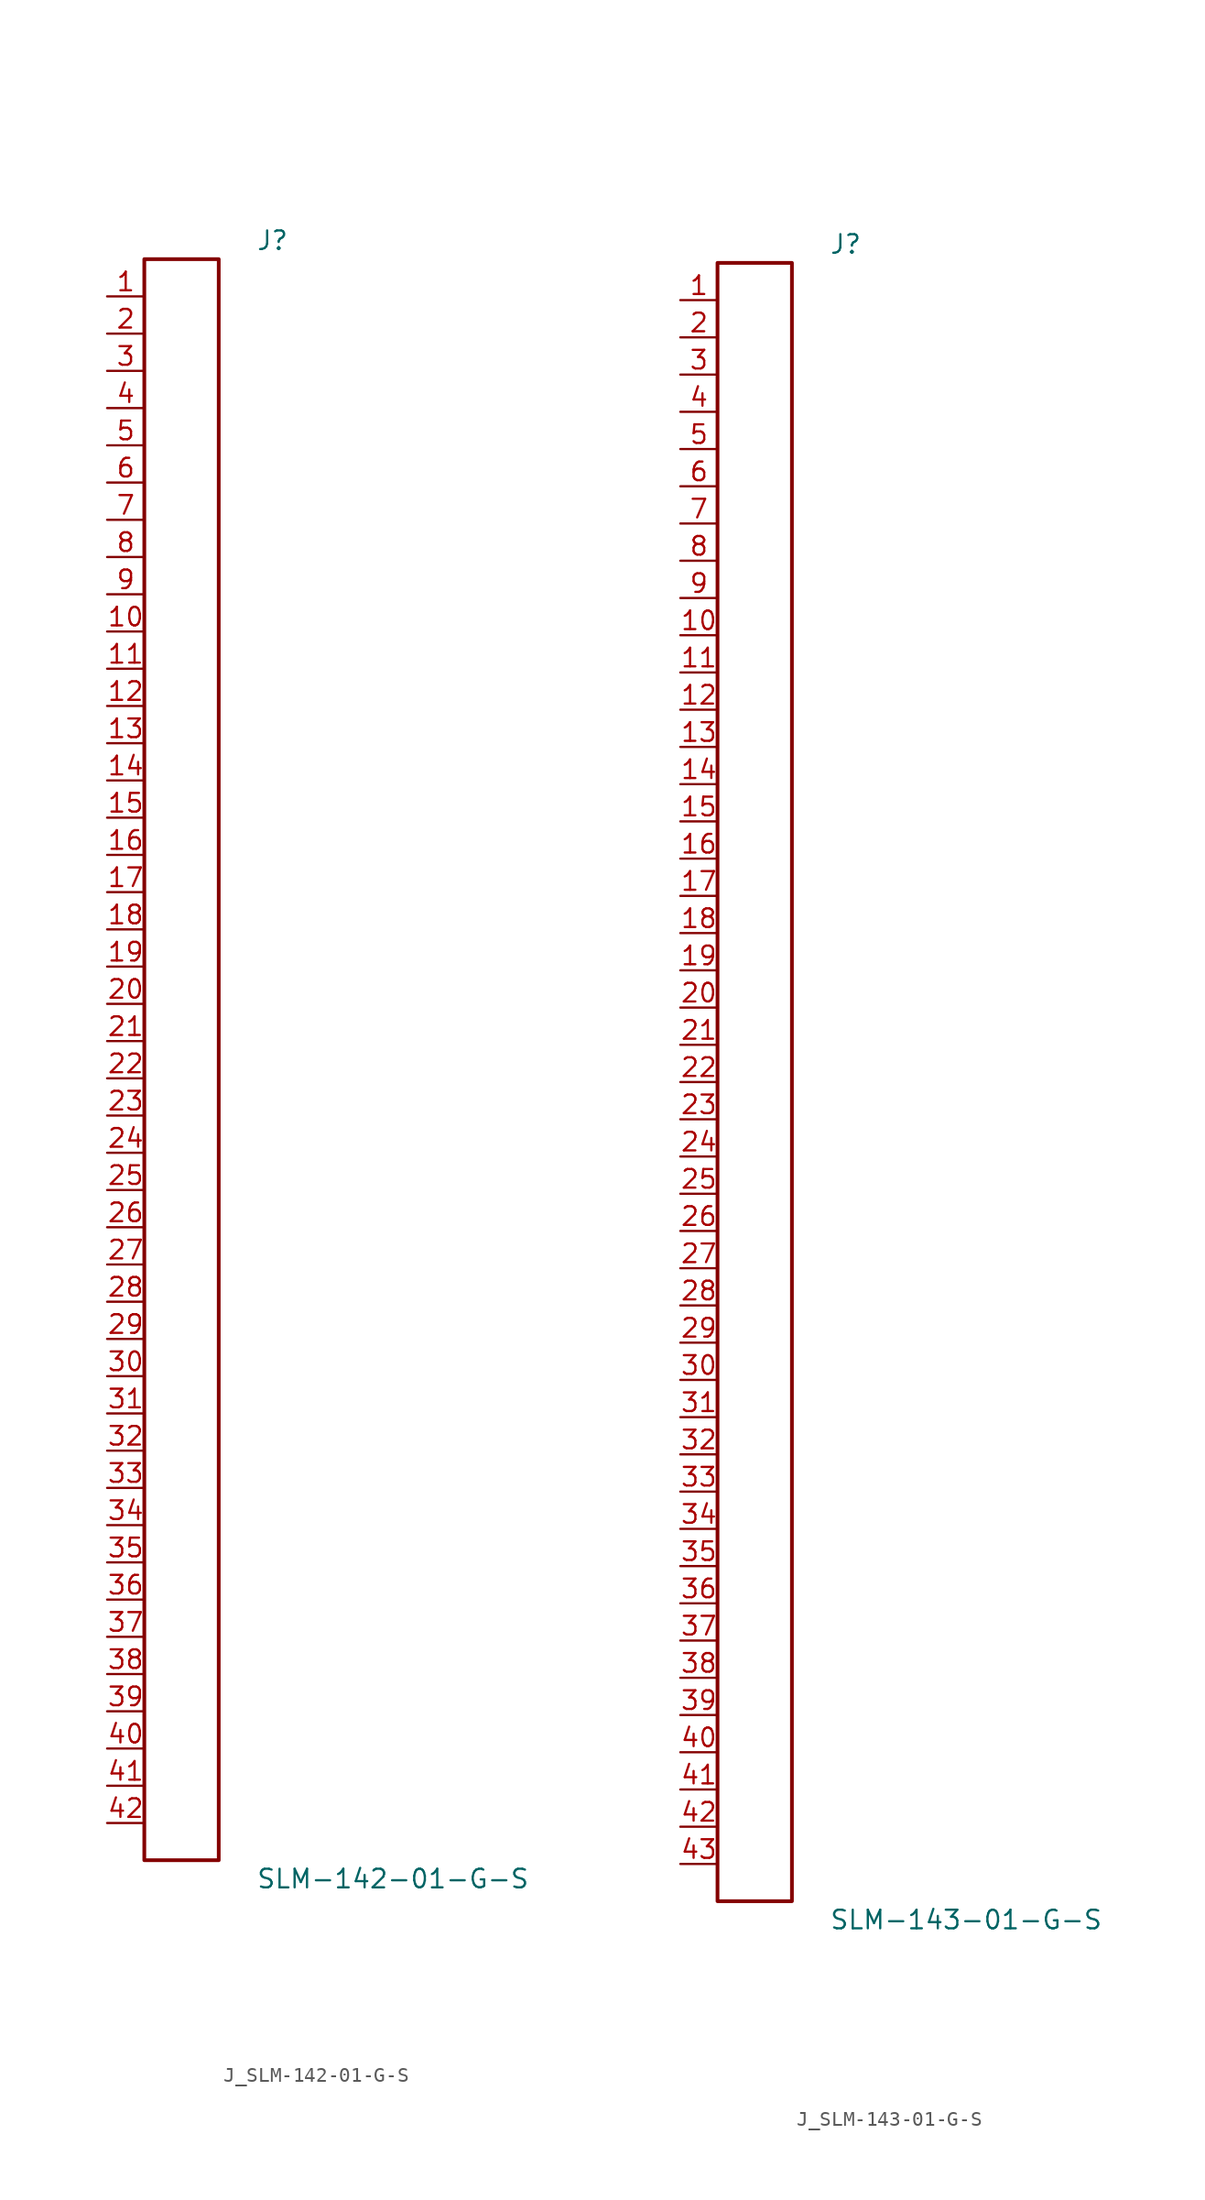
<source format=kicad_sym>
(kicad_symbol_lib
  (version 20231120)
  (generator kicad_symbol_editor)
  (generator_version 8.0)
  (symbol "J_SLM-142-01-G-S"
    (pin_names
      (offset 0.254))
    (property "Reference" "J"
      (at 5.08 55.88 0)
      (effects (font (size 1.27 1.27)) (justify left)))
    (property "Value" "SLM-142-01-G-S"
      (at 5.08 -55.88 0)
      (effects (font (size 1.27 1.27)) (justify left)))
    (symbol "J_SLM-142-01-G-S_0_0"
      (pin passive line (at -5.08 52.07 0) (length 2.54) (name "" (effects (font (size 1.27 1.27)))) (number "1" (effects (font (size 1.27 1.27)))))
      (pin passive line (at -5.08 49.53 0) (length 2.54) (name "" (effects (font (size 1.27 1.27)))) (number "2" (effects (font (size 1.27 1.27)))))
      (pin passive line (at -5.08 46.99 0) (length 2.54) (name "" (effects (font (size 1.27 1.27)))) (number "3" (effects (font (size 1.27 1.27)))))
      (pin passive line (at -5.08 44.45 0) (length 2.54) (name "" (effects (font (size 1.27 1.27)))) (number "4" (effects (font (size 1.27 1.27)))))
      (pin passive line (at -5.08 41.91 0) (length 2.54) (name "" (effects (font (size 1.27 1.27)))) (number "5" (effects (font (size 1.27 1.27)))))
      (pin passive line (at -5.08 39.37 0) (length 2.54) (name "" (effects (font (size 1.27 1.27)))) (number "6" (effects (font (size 1.27 1.27)))))
      (pin passive line (at -5.08 36.83 0) (length 2.54) (name "" (effects (font (size 1.27 1.27)))) (number "7" (effects (font (size 1.27 1.27)))))
      (pin passive line (at -5.08 34.29 0) (length 2.54) (name "" (effects (font (size 1.27 1.27)))) (number "8" (effects (font (size 1.27 1.27)))))
      (pin passive line (at -5.08 31.75 0) (length 2.54) (name "" (effects (font (size 1.27 1.27)))) (number "9" (effects (font (size 1.27 1.27)))))
      (pin passive line (at -5.08 29.21 0) (length 2.54) (name "" (effects (font (size 1.27 1.27)))) (number "10" (effects (font (size 1.27 1.27)))))
      (pin passive line (at -5.08 26.67 0) (length 2.54) (name "" (effects (font (size 1.27 1.27)))) (number "11" (effects (font (size 1.27 1.27)))))
      (pin passive line (at -5.08 24.13 0) (length 2.54) (name "" (effects (font (size 1.27 1.27)))) (number "12" (effects (font (size 1.27 1.27)))))
      (pin passive line (at -5.08 21.59 0) (length 2.54) (name "" (effects (font (size 1.27 1.27)))) (number "13" (effects (font (size 1.27 1.27)))))
      (pin passive line (at -5.08 19.05 0) (length 2.54) (name "" (effects (font (size 1.27 1.27)))) (number "14" (effects (font (size 1.27 1.27)))))
      (pin passive line (at -5.08 16.51 0) (length 2.54) (name "" (effects (font (size 1.27 1.27)))) (number "15" (effects (font (size 1.27 1.27)))))
      (pin passive line (at -5.08 13.97 0) (length 2.54) (name "" (effects (font (size 1.27 1.27)))) (number "16" (effects (font (size 1.27 1.27)))))
      (pin passive line (at -5.08 11.43 0) (length 2.54) (name "" (effects (font (size 1.27 1.27)))) (number "17" (effects (font (size 1.27 1.27)))))
      (pin passive line (at -5.08 8.89 0) (length 2.54) (name "" (effects (font (size 1.27 1.27)))) (number "18" (effects (font (size 1.27 1.27)))))
      (pin passive line (at -5.08 6.35 0) (length 2.54) (name "" (effects (font (size 1.27 1.27)))) (number "19" (effects (font (size 1.27 1.27)))))
      (pin passive line (at -5.08 3.81 0) (length 2.54) (name "" (effects (font (size 1.27 1.27)))) (number "20" (effects (font (size 1.27 1.27)))))
      (pin passive line (at -5.08 1.27 0) (length 2.54) (name "" (effects (font (size 1.27 1.27)))) (number "21" (effects (font (size 1.27 1.27)))))
      (pin passive line (at -5.08 -1.27 0) (length 2.54) (name "" (effects (font (size 1.27 1.27)))) (number "22" (effects (font (size 1.27 1.27)))))
      (pin passive line (at -5.08 -3.81 0) (length 2.54) (name "" (effects (font (size 1.27 1.27)))) (number "23" (effects (font (size 1.27 1.27)))))
      (pin passive line (at -5.08 -6.35 0) (length 2.54) (name "" (effects (font (size 1.27 1.27)))) (number "24" (effects (font (size 1.27 1.27)))))
      (pin passive line (at -5.08 -8.89 0) (length 2.54) (name "" (effects (font (size 1.27 1.27)))) (number "25" (effects (font (size 1.27 1.27)))))
      (pin passive line (at -5.08 -11.43 0) (length 2.54) (name "" (effects (font (size 1.27 1.27)))) (number "26" (effects (font (size 1.27 1.27)))))
      (pin passive line (at -5.08 -13.97 0) (length 2.54) (name "" (effects (font (size 1.27 1.27)))) (number "27" (effects (font (size 1.27 1.27)))))
      (pin passive line (at -5.08 -16.51 0) (length 2.54) (name "" (effects (font (size 1.27 1.27)))) (number "28" (effects (font (size 1.27 1.27)))))
      (pin passive line (at -5.08 -19.05 0) (length 2.54) (name "" (effects (font (size 1.27 1.27)))) (number "29" (effects (font (size 1.27 1.27)))))
      (pin passive line (at -5.08 -21.59 0) (length 2.54) (name "" (effects (font (size 1.27 1.27)))) (number "30" (effects (font (size 1.27 1.27)))))
      (pin passive line (at -5.08 -24.13 0) (length 2.54) (name "" (effects (font (size 1.27 1.27)))) (number "31" (effects (font (size 1.27 1.27)))))
      (pin passive line (at -5.08 -26.67 0) (length 2.54) (name "" (effects (font (size 1.27 1.27)))) (number "32" (effects (font (size 1.27 1.27)))))
      (pin passive line (at -5.08 -29.21 0) (length 2.54) (name "" (effects (font (size 1.27 1.27)))) (number "33" (effects (font (size 1.27 1.27)))))
      (pin passive line (at -5.08 -31.75 0) (length 2.54) (name "" (effects (font (size 1.27 1.27)))) (number "34" (effects (font (size 1.27 1.27)))))
      (pin passive line (at -5.08 -34.29 0) (length 2.54) (name "" (effects (font (size 1.27 1.27)))) (number "35" (effects (font (size 1.27 1.27)))))
      (pin passive line (at -5.08 -36.83 0) (length 2.54) (name "" (effects (font (size 1.27 1.27)))) (number "36" (effects (font (size 1.27 1.27)))))
      (pin passive line (at -5.08 -39.37 0) (length 2.54) (name "" (effects (font (size 1.27 1.27)))) (number "37" (effects (font (size 1.27 1.27)))))
      (pin passive line (at -5.08 -41.91 0) (length 2.54) (name "" (effects (font (size 1.27 1.27)))) (number "38" (effects (font (size 1.27 1.27)))))
      (pin passive line (at -5.08 -44.45 0) (length 2.54) (name "" (effects (font (size 1.27 1.27)))) (number "39" (effects (font (size 1.27 1.27)))))
      (pin passive line (at -5.08 -46.99 0) (length 2.54) (name "" (effects (font (size 1.27 1.27)))) (number "40" (effects (font (size 1.27 1.27)))))
      (pin passive line (at -5.08 -49.53 0) (length 2.54) (name "" (effects (font (size 1.27 1.27)))) (number "41" (effects (font (size 1.27 1.27)))))
      (pin passive line (at -5.08 -52.07 0) (length 2.54) (name "" (effects (font (size 1.27 1.27)))) (number "42" (effects (font (size 1.27 1.27))))))
    (symbol "J_SLM-142-01-G-S_1_0"
      (rectangle (start -2.54 54.61) (end 2.54 -54.61) (stroke (width 0.254) (type solid)) (fill (type none)))))
  (symbol "J_SLM-143-01-G-S"
    (pin_names
      (offset 0.254))
    (property "Reference" "J"
      (at 5.08 57.15 0)
      (effects (font (size 1.27 1.27)) (justify left)))
    (property "Value" "SLM-143-01-G-S"
      (at 5.08 -57.15 0)
      (effects (font (size 1.27 1.27)) (justify left)))
    (symbol "J_SLM-143-01-G-S_0_0"
      (pin passive line (at -5.08 53.34 0) (length 2.54) (name "" (effects (font (size 1.27 1.27)))) (number "1" (effects (font (size 1.27 1.27)))))
      (pin passive line (at -5.08 50.8 0) (length 2.54) (name "" (effects (font (size 1.27 1.27)))) (number "2" (effects (font (size 1.27 1.27)))))
      (pin passive line (at -5.08 48.26 0) (length 2.54) (name "" (effects (font (size 1.27 1.27)))) (number "3" (effects (font (size 1.27 1.27)))))
      (pin passive line (at -5.08 45.72 0) (length 2.54) (name "" (effects (font (size 1.27 1.27)))) (number "4" (effects (font (size 1.27 1.27)))))
      (pin passive line (at -5.08 43.18 0) (length 2.54) (name "" (effects (font (size 1.27 1.27)))) (number "5" (effects (font (size 1.27 1.27)))))
      (pin passive line (at -5.08 40.64 0) (length 2.54) (name "" (effects (font (size 1.27 1.27)))) (number "6" (effects (font (size 1.27 1.27)))))
      (pin passive line (at -5.08 38.1 0) (length 2.54) (name "" (effects (font (size 1.27 1.27)))) (number "7" (effects (font (size 1.27 1.27)))))
      (pin passive line (at -5.08 35.56 0) (length 2.54) (name "" (effects (font (size 1.27 1.27)))) (number "8" (effects (font (size 1.27 1.27)))))
      (pin passive line (at -5.08 33.02 0) (length 2.54) (name "" (effects (font (size 1.27 1.27)))) (number "9" (effects (font (size 1.27 1.27)))))
      (pin passive line (at -5.08 30.48 0) (length 2.54) (name "" (effects (font (size 1.27 1.27)))) (number "10" (effects (font (size 1.27 1.27)))))
      (pin passive line (at -5.08 27.94 0) (length 2.54) (name "" (effects (font (size 1.27 1.27)))) (number "11" (effects (font (size 1.27 1.27)))))
      (pin passive line (at -5.08 25.4 0) (length 2.54) (name "" (effects (font (size 1.27 1.27)))) (number "12" (effects (font (size 1.27 1.27)))))
      (pin passive line (at -5.08 22.86 0) (length 2.54) (name "" (effects (font (size 1.27 1.27)))) (number "13" (effects (font (size 1.27 1.27)))))
      (pin passive line (at -5.08 20.32 0) (length 2.54) (name "" (effects (font (size 1.27 1.27)))) (number "14" (effects (font (size 1.27 1.27)))))
      (pin passive line (at -5.08 17.78 0) (length 2.54) (name "" (effects (font (size 1.27 1.27)))) (number "15" (effects (font (size 1.27 1.27)))))
      (pin passive line (at -5.08 15.24 0) (length 2.54) (name "" (effects (font (size 1.27 1.27)))) (number "16" (effects (font (size 1.27 1.27)))))
      (pin passive line (at -5.08 12.7 0) (length 2.54) (name "" (effects (font (size 1.27 1.27)))) (number "17" (effects (font (size 1.27 1.27)))))
      (pin passive line (at -5.08 10.16 0) (length 2.54) (name "" (effects (font (size 1.27 1.27)))) (number "18" (effects (font (size 1.27 1.27)))))
      (pin passive line (at -5.08 7.62 0) (length 2.54) (name "" (effects (font (size 1.27 1.27)))) (number "19" (effects (font (size 1.27 1.27)))))
      (pin passive line (at -5.08 5.08 0) (length 2.54) (name "" (effects (font (size 1.27 1.27)))) (number "20" (effects (font (size 1.27 1.27)))))
      (pin passive line (at -5.08 2.54 0) (length 2.54) (name "" (effects (font (size 1.27 1.27)))) (number "21" (effects (font (size 1.27 1.27)))))
      (pin passive line (at -5.08 0.0 0) (length 2.54) (name "" (effects (font (size 1.27 1.27)))) (number "22" (effects (font (size 1.27 1.27)))))
      (pin passive line (at -5.08 -2.54 0) (length 2.54) (name "" (effects (font (size 1.27 1.27)))) (number "23" (effects (font (size 1.27 1.27)))))
      (pin passive line (at -5.08 -5.08 0) (length 2.54) (name "" (effects (font (size 1.27 1.27)))) (number "24" (effects (font (size 1.27 1.27)))))
      (pin passive line (at -5.08 -7.62 0) (length 2.54) (name "" (effects (font (size 1.27 1.27)))) (number "25" (effects (font (size 1.27 1.27)))))
      (pin passive line (at -5.08 -10.16 0) (length 2.54) (name "" (effects (font (size 1.27 1.27)))) (number "26" (effects (font (size 1.27 1.27)))))
      (pin passive line (at -5.08 -12.7 0) (length 2.54) (name "" (effects (font (size 1.27 1.27)))) (number "27" (effects (font (size 1.27 1.27)))))
      (pin passive line (at -5.08 -15.24 0) (length 2.54) (name "" (effects (font (size 1.27 1.27)))) (number "28" (effects (font (size 1.27 1.27)))))
      (pin passive line (at -5.08 -17.78 0) (length 2.54) (name "" (effects (font (size 1.27 1.27)))) (number "29" (effects (font (size 1.27 1.27)))))
      (pin passive line (at -5.08 -20.32 0) (length 2.54) (name "" (effects (font (size 1.27 1.27)))) (number "30" (effects (font (size 1.27 1.27)))))
      (pin passive line (at -5.08 -22.86 0) (length 2.54) (name "" (effects (font (size 1.27 1.27)))) (number "31" (effects (font (size 1.27 1.27)))))
      (pin passive line (at -5.08 -25.4 0) (length 2.54) (name "" (effects (font (size 1.27 1.27)))) (number "32" (effects (font (size 1.27 1.27)))))
      (pin passive line (at -5.08 -27.94 0) (length 2.54) (name "" (effects (font (size 1.27 1.27)))) (number "33" (effects (font (size 1.27 1.27)))))
      (pin passive line (at -5.08 -30.48 0) (length 2.54) (name "" (effects (font (size 1.27 1.27)))) (number "34" (effects (font (size 1.27 1.27)))))
      (pin passive line (at -5.08 -33.02 0) (length 2.54) (name "" (effects (font (size 1.27 1.27)))) (number "35" (effects (font (size 1.27 1.27)))))
      (pin passive line (at -5.08 -35.56 0) (length 2.54) (name "" (effects (font (size 1.27 1.27)))) (number "36" (effects (font (size 1.27 1.27)))))
      (pin passive line (at -5.08 -38.1 0) (length 2.54) (name "" (effects (font (size 1.27 1.27)))) (number "37" (effects (font (size 1.27 1.27)))))
      (pin passive line (at -5.08 -40.64 0) (length 2.54) (name "" (effects (font (size 1.27 1.27)))) (number "38" (effects (font (size 1.27 1.27)))))
      (pin passive line (at -5.08 -43.18 0) (length 2.54) (name "" (effects (font (size 1.27 1.27)))) (number "39" (effects (font (size 1.27 1.27)))))
      (pin passive line (at -5.08 -45.72 0) (length 2.54) (name "" (effects (font (size 1.27 1.27)))) (number "40" (effects (font (size 1.27 1.27)))))
      (pin passive line (at -5.08 -48.26 0) (length 2.54) (name "" (effects (font (size 1.27 1.27)))) (number "41" (effects (font (size 1.27 1.27)))))
      (pin passive line (at -5.08 -50.8 0) (length 2.54) (name "" (effects (font (size 1.27 1.27)))) (number "42" (effects (font (size 1.27 1.27)))))
      (pin passive line (at -5.08 -53.34 0) (length 2.54) (name "" (effects (font (size 1.27 1.27)))) (number "43" (effects (font (size 1.27 1.27))))))
    (symbol "J_SLM-143-01-G-S_1_0"
      (rectangle (start -2.54 55.88) (end 2.54 -55.88) (stroke (width 0.254) (type solid)) (fill (type none))))))
</source>
